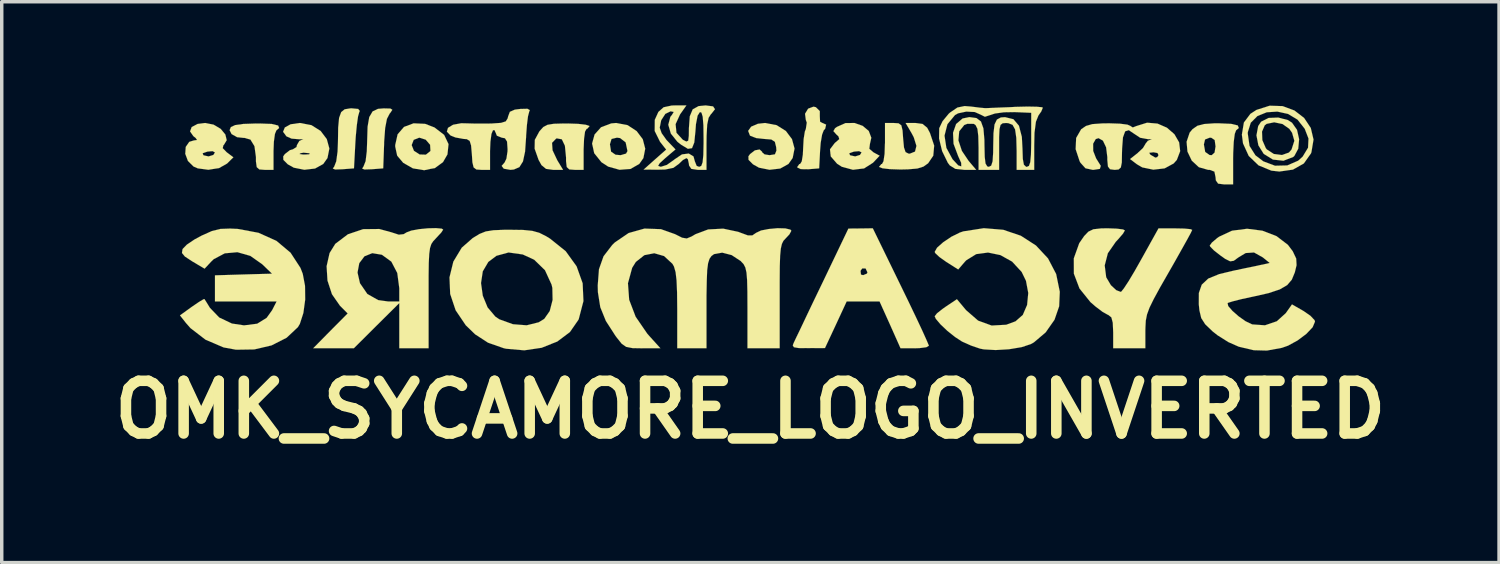
<source format=kicad_pcb>
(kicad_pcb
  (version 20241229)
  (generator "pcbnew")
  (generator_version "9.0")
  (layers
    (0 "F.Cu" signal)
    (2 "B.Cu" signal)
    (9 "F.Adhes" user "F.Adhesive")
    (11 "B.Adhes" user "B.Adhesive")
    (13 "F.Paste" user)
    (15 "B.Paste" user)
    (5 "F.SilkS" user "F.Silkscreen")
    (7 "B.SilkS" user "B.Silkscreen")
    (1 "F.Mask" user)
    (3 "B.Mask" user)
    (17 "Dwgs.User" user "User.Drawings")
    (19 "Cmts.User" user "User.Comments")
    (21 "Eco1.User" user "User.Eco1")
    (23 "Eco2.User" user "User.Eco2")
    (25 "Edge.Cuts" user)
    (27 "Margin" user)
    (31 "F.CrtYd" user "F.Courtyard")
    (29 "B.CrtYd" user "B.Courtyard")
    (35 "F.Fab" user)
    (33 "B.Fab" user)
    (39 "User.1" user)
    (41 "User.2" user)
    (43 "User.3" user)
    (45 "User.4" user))
  (footprint "OMK_SYCAMORE_LOGO_INVERTED"
    (layer "F.Cu")
    (at 18.665 3.811)
    (property "Reference" "OMK_SYCAMORE_LOGO_INVERTED" (at 0 4.994 0) (layer "F.SilkS") (effects (font (size 1.524 1.524) (thickness 0.305))))
    (attr through_hole)
    (fp_poly (pts (xy -11.303 -3.65) (xy -11.318 -3.619) (xy -11.354 -3.49) (xy -11.389 -3.239) (xy -11.42 -2.908) (xy -11.43 -2.751) (xy -11.471 -1.989) (xy -11.811 -1.963) (xy -12.017 -1.956) (xy -12.083 -1.984) (xy -12.042 -2.042) (xy -11.984 -2.192) (xy -11.946 -2.474) (xy -11.935 -2.746) (xy -11.928 -3.17) (xy -11.902 -3.449) (xy -11.841 -3.617) (xy -11.74 -3.698) (xy -11.582 -3.724) (xy -11.542 -3.726) (xy -11.349 -3.708) (xy -11.303 -3.65)) (stroke (width 0.003) (type solid)) (fill yes) (layer "F.SilkS"))
    (fp_poly (pts (xy -10.361 -3.683) (xy -10.422 -3.592) (xy -10.439 -3.574) (xy -10.518 -3.421) (xy -10.569 -3.155) (xy -10.599 -2.746) (xy -10.599 -2.705) (xy -10.625 -1.989) (xy -10.963 -1.963) (xy -11.171 -1.956) (xy -11.234 -1.984) (xy -11.196 -2.042) (xy -11.135 -2.195) (xy -11.1 -2.482) (xy -11.09 -2.774) (xy -11.077 -3.195) (xy -11.029 -3.472) (xy -10.932 -3.637) (xy -10.775 -3.711) (xy -10.61 -3.724) (xy -10.414 -3.719) (xy -10.361 -3.683)) (stroke (width 0.003) (type solid)) (fill yes) (layer "F.SilkS"))
    (fp_poly (pts (xy -13.637 -3.157) (xy -13.716 -3.089) (xy -13.759 -2.985) (xy -13.79 -2.758) (xy -13.8 -2.492) (xy -13.8 -1.946) (xy -14.054 -1.946) (xy -14.211 -1.958) (xy -14.285 -2.024) (xy -14.308 -2.189) (xy -14.308 -2.316) (xy -14.351 -2.631) (xy -14.468 -2.822) (xy -14.651 -2.873) (xy -14.661 -2.87) (xy -14.854 -2.891) (xy -15.014 -2.982) (xy -15.07 -3.094) (xy -15.034 -3.183) (xy -14.91 -3.241) (xy -14.674 -3.274) (xy -14.298 -3.287) (xy -14.201 -3.287) (xy -13.853 -3.274) (xy -13.665 -3.228) (xy -13.637 -3.157)) (stroke (width 0.003) (type solid)) (fill yes) (layer "F.SilkS"))
    (fp_poly (pts (xy -8.735 -2.69) (xy -8.766 -2.393) (xy -8.895 -2.169) (xy -9.131 -1.996) (xy -9.258 -1.974) (xy -9.258 -2.499) (xy -9.268 -2.672) (xy -9.395 -2.819) (xy -9.581 -2.878) (xy -9.743 -2.814) (xy -9.802 -2.662) (xy -9.736 -2.497) (xy -9.571 -2.39) (xy -9.39 -2.385) (xy -9.266 -2.484) (xy -9.258 -2.499) (xy -9.258 -1.974) (xy -9.439 -1.935) (xy -9.766 -1.989) (xy -10.046 -2.149) (xy -10.221 -2.357) (xy -10.277 -2.616) (xy -10.277 -2.667) (xy -10.208 -2.974) (xy -10.023 -3.188) (xy -9.746 -3.292) (xy -9.413 -3.277) (xy -9.141 -3.172) (xy -8.862 -2.957) (xy -8.735 -2.69)) (stroke (width 0.003) (type solid)) (fill yes) (layer "F.SilkS"))
    (fp_poly (pts (xy 2.192 -3.254) (xy 2.164 -3.134) (xy 2.121 -3.086) (xy 2.075 -2.964) (xy 2.035 -2.728) (xy 2.017 -2.497) (xy 1.991 -1.989) (xy 1.674 -1.963) (xy 1.46 -1.966) (xy 1.359 -2.014) (xy 1.356 -2.027) (xy 1.417 -2.113) (xy 1.44 -2.116) (xy 1.488 -2.192) (xy 1.519 -2.388) (xy 1.527 -2.56) (xy 1.542 -2.837) (xy 1.577 -3.056) (xy 1.605 -3.127) (xy 1.633 -3.312) (xy 1.605 -3.391) (xy 1.582 -3.569) (xy 1.671 -3.716) (xy 1.826 -3.774) (xy 1.895 -3.759) (xy 2.009 -3.647) (xy 2.009 -3.5) (xy 2.017 -3.338) (xy 2.085 -3.302) (xy 2.192 -3.254)) (stroke (width 0.003) (type solid)) (fill yes) (layer "F.SilkS"))
    (fp_poly (pts (xy -3.043 -2.558) (xy -3.096 -2.286) (xy -3.216 -2.116) (xy -3.472 -1.971) (xy -3.556 -1.966) (xy -3.556 -2.489) (xy -3.609 -2.741) (xy -3.769 -2.865) (xy -3.861 -2.878) (xy -4.018 -2.84) (xy -4.064 -2.69) (xy -4.064 -2.68) (xy -4.031 -2.471) (xy -3.901 -2.383) (xy -3.754 -2.37) (xy -3.597 -2.416) (xy -3.556 -2.489) (xy -3.556 -1.966) (xy -3.787 -1.948) (xy -4.115 -2.04) (xy -4.31 -2.167) (xy -4.519 -2.428) (xy -4.58 -2.708) (xy -4.508 -2.969) (xy -4.321 -3.178) (xy -4.028 -3.289) (xy -3.884 -3.302) (xy -3.553 -3.239) (xy -3.292 -3.068) (xy -3.114 -2.832) (xy -3.043 -2.558)) (stroke (width 0.003) (type solid)) (fill yes) (layer "F.SilkS"))
    (fp_poly (pts (xy 1.278 -2.563) (xy 1.224 -2.289) (xy 1.102 -2.116) (xy 0.864 -1.984) (xy 0.554 -1.948) (xy 0.249 -2.009) (xy 0.076 -2.106) (xy -0.053 -2.235) (xy -0.056 -2.337) (xy -0.008 -2.403) (xy 0.132 -2.51) (xy 0.267 -2.535) (xy 0.338 -2.471) (xy 0.34 -2.454) (xy 0.411 -2.393) (xy 0.556 -2.37) (xy 0.711 -2.395) (xy 0.754 -2.502) (xy 0.747 -2.603) (xy 0.709 -2.758) (xy 0.607 -2.824) (xy 0.404 -2.84) (xy 0.17 -2.865) (xy 0.003 -2.929) (xy -0.013 -2.941) (xy -0.064 -3.073) (xy 0.023 -3.195) (xy 0.218 -3.279) (xy 0.427 -3.302) (xy 0.759 -3.239) (xy 1.026 -3.071) (xy 1.204 -2.835) (xy 1.278 -2.563)) (stroke (width 0.003) (type solid)) (fill yes) (layer "F.SilkS"))
    (fp_poly (pts (xy 15.88 -2.832) (xy 15.855 -2.558) (xy 15.743 -2.349) (xy 15.743 -2.786) (xy 15.677 -3.018) (xy 15.596 -3.134) (xy 15.4 -3.272) (xy 15.159 -3.322) (xy 14.94 -3.277) (xy 14.884 -3.233) (xy 14.806 -3.051) (xy 14.816 -2.804) (xy 14.915 -2.576) (xy 14.945 -2.537) (xy 15.149 -2.405) (xy 15.385 -2.375) (xy 15.585 -2.446) (xy 15.662 -2.535) (xy 15.743 -2.786) (xy 15.743 -2.349) (xy 15.71 -2.319) (xy 15.428 -2.21) (xy 15.123 -2.243) (xy 14.856 -2.408) (xy 14.702 -2.654) (xy 14.646 -2.944) (xy 14.696 -3.213) (xy 14.78 -3.338) (xy 14.994 -3.447) (xy 15.276 -3.459) (xy 15.555 -3.386) (xy 15.674 -3.31) (xy 15.819 -3.104) (xy 15.88 -2.832)) (stroke (width 0.003) (type solid)) (fill yes) (layer "F.SilkS"))
    (fp_poly (pts (xy 3.741 -2.355) (xy 3.548 -2.151) (xy 3.289 -1.986) (xy 3.218 -1.979) (xy 3.218 -2.451) (xy 3.147 -2.487) (xy 2.997 -2.474) (xy 2.86 -2.426) (xy 2.885 -2.367) (xy 3.033 -2.334) (xy 3.172 -2.377) (xy 3.218 -2.451) (xy 3.218 -1.979) (xy 2.969 -1.948) (xy 2.647 -2.035) (xy 2.51 -2.123) (xy 2.327 -2.334) (xy 2.304 -2.54) (xy 2.443 -2.723) (xy 2.459 -2.736) (xy 2.573 -2.835) (xy 2.55 -2.913) (xy 2.492 -2.967) (xy 2.403 -3.066) (xy 2.451 -3.15) (xy 2.507 -3.19) (xy 2.753 -3.299) (xy 3.015 -3.302) (xy 3.251 -3.218) (xy 3.426 -3.071) (xy 3.5 -2.875) (xy 3.459 -2.692) (xy 3.442 -2.555) (xy 3.564 -2.451) (xy 3.741 -2.355)) (stroke (width 0.003) (type solid)) (fill yes) (layer "F.SilkS"))
    (fp_poly (pts (xy -14.961 -2.309) (xy -15.143 -2.129) (xy -15.377 -1.996) (xy -15.494 -1.979) (xy -15.494 -2.451) (xy -15.565 -2.487) (xy -15.712 -2.474) (xy -15.852 -2.426) (xy -15.827 -2.367) (xy -15.679 -2.334) (xy -15.54 -2.377) (xy -15.494 -2.451) (xy -15.494 -1.979) (xy -15.684 -1.948) (xy -15.992 -1.989) (xy -16.114 -2.042) (xy -16.276 -2.202) (xy -16.353 -2.408) (xy -16.34 -2.609) (xy -16.238 -2.756) (xy -16.104 -2.797) (xy -16.012 -2.809) (xy -16.053 -2.868) (xy -16.119 -2.921) (xy -16.215 -3.058) (xy -16.167 -3.185) (xy -15.997 -3.274) (xy -15.778 -3.302) (xy -15.535 -3.254) (xy -15.329 -3.132) (xy -15.194 -2.969) (xy -15.154 -2.804) (xy -15.237 -2.667) (xy -15.25 -2.659) (xy -15.27 -2.573) (xy -15.154 -2.454) (xy -14.961 -2.309)) (stroke (width 0.003) (type solid)) (fill yes) (layer "F.SilkS"))
    (fp_poly (pts (xy -4.656 -3.208) (xy -4.722 -3.134) (xy -4.74 -3.132) (xy -4.785 -3.053) (xy -4.813 -2.845) (xy -4.826 -2.54) (xy -4.826 -1.946) (xy -5.08 -1.946) (xy -5.24 -1.958) (xy -5.314 -2.027) (xy -5.334 -2.2) (xy -5.334 -2.306) (xy -5.367 -2.644) (xy -5.456 -2.83) (xy -5.601 -2.857) (xy -5.621 -2.85) (xy -5.74 -2.728) (xy -5.725 -2.512) (xy -5.588 -2.223) (xy -5.42 -1.946) (xy -5.707 -1.946) (xy -5.913 -1.974) (xy -6.045 -2.083) (xy -6.129 -2.235) (xy -6.243 -2.558) (xy -6.238 -2.814) (xy -6.106 -3.058) (xy -6.093 -3.073) (xy -5.992 -3.185) (xy -5.87 -3.249) (xy -5.687 -3.279) (xy -5.392 -3.287) (xy -5.291 -3.287) (xy -4.986 -3.277) (xy -4.763 -3.251) (xy -4.658 -3.216) (xy -4.656 -3.208)) (stroke (width 0.003) (type solid)) (fill yes) (layer "F.SilkS"))
    (fp_poly (pts (xy 5.319 -2.647) (xy 5.293 -2.355) (xy 5.144 -2.136) (xy 5.009 -2.04) (xy 4.831 -1.984) (xy 4.564 -1.961) (xy 4.341 -1.956) (xy 4.041 -1.966) (xy 3.823 -1.991) (xy 3.726 -2.029) (xy 3.726 -2.035) (xy 3.79 -2.113) (xy 3.81 -2.116) (xy 3.853 -2.195) (xy 3.884 -2.405) (xy 3.894 -2.708) (xy 3.896 -2.708) (xy 3.896 -3.302) (xy 4.145 -3.302) (xy 4.29 -3.292) (xy 4.369 -3.233) (xy 4.404 -3.084) (xy 4.42 -2.857) (xy 4.445 -2.593) (xy 4.491 -2.459) (xy 4.575 -2.416) (xy 4.613 -2.413) (xy 4.765 -2.474) (xy 4.806 -2.639) (xy 4.729 -2.888) (xy 4.666 -3.007) (xy 4.493 -3.302) (xy 4.778 -3.302) (xy 4.983 -3.274) (xy 5.116 -3.165) (xy 5.197 -3.012) (xy 5.319 -2.647)) (stroke (width 0.003) (type solid)) (fill yes) (layer "F.SilkS"))
    (fp_poly (pts (xy 14.135 -3.157) (xy 14.056 -3.089) (xy 14.018 -2.987) (xy 13.988 -2.756) (xy 13.973 -2.438) (xy 13.97 -2.281) (xy 13.97 -1.524) (xy 13.716 -1.524) (xy 13.536 -1.547) (xy 13.47 -1.643) (xy 13.462 -1.735) (xy 13.462 -2.624) (xy 13.437 -2.809) (xy 13.338 -2.875) (xy 13.294 -2.878) (xy 13.157 -2.824) (xy 13.124 -2.68) (xy 13.162 -2.464) (xy 13.287 -2.375) (xy 13.35 -2.37) (xy 13.434 -2.446) (xy 13.462 -2.624) (xy 13.462 -1.735) (xy 13.429 -1.895) (xy 13.292 -1.946) (xy 13.246 -1.946) (xy 12.979 -2.022) (xy 12.774 -2.212) (xy 12.649 -2.474) (xy 12.624 -2.758) (xy 12.713 -3.023) (xy 12.797 -3.124) (xy 12.936 -3.221) (xy 13.132 -3.272) (xy 13.426 -3.292) (xy 13.559 -3.292) (xy 13.912 -3.277) (xy 14.105 -3.231) (xy 14.135 -3.157)) (stroke (width 0.003) (type solid)) (fill yes) (layer "F.SilkS"))
    (fp_poly (pts (xy -12.184 -2.563) (xy -12.238 -2.289) (xy -12.36 -2.116) (xy -12.598 -1.984) (xy -12.753 -1.966) (xy -12.753 -2.423) (xy -12.761 -2.426) (xy -12.929 -2.443) (xy -13.015 -2.428) (xy -13.051 -2.403) (xy -12.939 -2.388) (xy -12.911 -2.388) (xy -12.766 -2.395) (xy -12.753 -2.423) (xy -12.753 -1.966) (xy -12.908 -1.948) (xy -13.213 -2.009) (xy -13.386 -2.106) (xy -13.515 -2.235) (xy -13.518 -2.337) (xy -13.47 -2.403) (xy -13.325 -2.515) (xy -13.238 -2.54) (xy -13.134 -2.606) (xy -13.122 -2.662) (xy -13.053 -2.781) (xy -12.974 -2.819) (xy -12.934 -2.837) (xy -13.043 -2.83) (xy -13.048 -2.83) (xy -13.279 -2.85) (xy -13.426 -2.916) (xy -13.523 -3.048) (xy -13.472 -3.172) (xy -13.305 -3.264) (xy -13.038 -3.302) (xy -13.035 -3.302) (xy -12.703 -3.239) (xy -12.436 -3.071) (xy -12.258 -2.835) (xy -12.184 -2.563)) (stroke (width 0.003) (type solid)) (fill yes) (layer "F.SilkS"))
    (fp_poly (pts (xy 16.297 -2.822) (xy 16.236 -2.456) (xy 16.223 -2.421) (xy 16.152 -2.322) (xy 16.152 -2.852) (xy 16.043 -3.134) (xy 15.834 -3.399) (xy 15.56 -3.564) (xy 15.25 -3.632) (xy 14.943 -3.612) (xy 14.674 -3.503) (xy 14.481 -3.31) (xy 14.394 -3.033) (xy 14.394 -2.995) (xy 14.445 -2.637) (xy 14.615 -2.367) (xy 14.844 -2.192) (xy 15.182 -2.065) (xy 15.537 -2.073) (xy 15.852 -2.21) (xy 15.982 -2.327) (xy 16.139 -2.586) (xy 16.152 -2.852) (xy 16.152 -2.322) (xy 16.017 -2.131) (xy 15.702 -1.953) (xy 15.309 -1.897) (xy 15.077 -1.923) (xy 14.707 -2.075) (xy 14.422 -2.349) (xy 14.257 -2.71) (xy 14.224 -2.964) (xy 14.282 -3.315) (xy 14.47 -3.566) (xy 14.646 -3.68) (xy 15.029 -3.802) (xy 15.403 -3.79) (xy 15.745 -3.663) (xy 16.025 -3.447) (xy 16.218 -3.157) (xy 16.297 -2.822)) (stroke (width 0.003) (type solid)) (fill yes) (layer "F.SilkS"))
    (fp_poly (pts (xy 5.166 3.145) (xy 5.09 3.188) (xy 4.895 3.213) (xy 4.755 3.218) (xy 4.346 3.218) (xy 4.044 2.54) (xy 3.739 1.864) (xy 3.388 1.864) (xy 3.388 1.021) (xy 3.335 0.909) (xy 3.236 0.909) (xy 3.188 0.975) (xy 3.2 1.085) (xy 3.264 1.102) (xy 3.373 1.057) (xy 3.388 1.021) (xy 3.388 1.864) (xy 3.261 1.864) (xy 2.786 1.864) (xy 2.474 2.537) (xy 2.159 3.211) (xy 1.669 3.213) (xy 1.397 3.211) (xy 1.26 3.188) (xy 1.227 3.134) (xy 1.25 3.071) (xy 1.306 2.951) (xy 1.425 2.705) (xy 1.59 2.357) (xy 1.793 1.93) (xy 2.022 1.455) (xy 2.078 1.339) (xy 2.837 -0.246) (xy 3.19 -0.249) (xy 3.543 -0.254) (xy 4.354 1.41) (xy 4.592 1.9) (xy 4.801 2.337) (xy 4.973 2.703) (xy 5.095 2.974) (xy 5.159 3.124) (xy 5.166 3.145)) (stroke (width 0.003) (type solid)) (fill yes) (layer "F.SilkS"))
    (fp_poly (pts (xy -4.831 1.852) (xy -4.966 2.37) (xy -4.976 2.393) (xy -5.222 2.748) (xy -5.588 3.023) (xy -5.723 3.076) (xy -5.723 1.819) (xy -5.73 1.471) (xy -5.753 1.374) (xy -5.944 0.958) (xy -6.256 0.655) (xy -6.586 0.503) (xy -6.998 0.445) (xy -7.348 0.541) (xy -7.584 0.719) (xy -7.744 0.991) (xy -7.795 1.331) (xy -7.744 1.697) (xy -7.605 2.035) (xy -7.381 2.301) (xy -7.264 2.38) (xy -6.871 2.522) (xy -6.474 2.553) (xy -6.124 2.466) (xy -5.964 2.367) (xy -5.806 2.141) (xy -5.723 1.819) (xy -5.723 3.076) (xy -6.04 3.203) (xy -6.543 3.277) (xy -7.066 3.231) (xy -7.135 3.216) (xy -7.592 3.056) (xy -7.965 2.814) (xy -8.235 2.553) (xy -8.529 2.118) (xy -8.687 1.646) (xy -8.707 1.166) (xy -8.595 0.709) (xy -8.352 0.307) (xy -8.034 0.028) (xy -7.838 -0.091) (xy -7.658 -0.163) (xy -7.437 -0.198) (xy -7.122 -0.211) (xy -6.942 -0.211) (xy -6.571 -0.206) (xy -6.312 -0.18) (xy -6.109 -0.124) (xy -5.908 -0.023) (xy -5.796 0.046) (xy -5.344 0.409) (xy -5.029 0.846) (xy -4.854 1.336) (xy -4.831 1.852)) (stroke (width 0.003) (type solid)) (fill yes) (layer "F.SilkS"))
    (fp_poly (pts (xy 8.954 1.582) (xy 8.936 2.002) (xy 8.801 2.393) (xy 8.545 2.758) (xy 8.207 3.045) (xy 8.118 3.096) (xy 7.849 3.185) (xy 7.485 3.246) (xy 7.097 3.269) (xy 6.754 3.249) (xy 6.647 3.228) (xy 6.386 3.139) (xy 6.126 3.023) (xy 5.923 2.891) (xy 5.7 2.713) (xy 5.499 2.522) (xy 5.367 2.365) (xy 5.334 2.291) (xy 5.4 2.207) (xy 5.563 2.078) (xy 5.657 2.012) (xy 5.977 1.798) (xy 6.243 2.116) (xy 6.591 2.418) (xy 6.982 2.56) (xy 7.404 2.537) (xy 7.673 2.438) (xy 7.884 2.253) (xy 8.009 1.963) (xy 8.042 1.618) (xy 7.976 1.265) (xy 7.851 1.008) (xy 7.574 0.709) (xy 7.236 0.521) (xy 6.878 0.447) (xy 6.535 0.493) (xy 6.248 0.671) (xy 6.205 0.716) (xy 6.015 0.937) (xy 5.674 0.721) (xy 5.474 0.579) (xy 5.352 0.465) (xy 5.334 0.429) (xy 5.403 0.307) (xy 5.58 0.15) (xy 5.814 -0.008) (xy 6.06 -0.13) (xy 6.162 -0.165) (xy 6.756 -0.257) (xy 7.318 -0.211) (xy 7.828 -0.038) (xy 8.265 0.244) (xy 8.613 0.617) (xy 8.849 1.069) (xy 8.954 1.582)) (stroke (width 0.003) (type solid)) (fill yes) (layer "F.SilkS"))
    (fp_poly (pts (xy 12.786 -0.208) (xy 12.746 -0.122) (xy 12.634 0.084) (xy 12.466 0.384) (xy 12.258 0.754) (xy 12.108 1.016) (xy 11.852 1.463) (xy 11.671 1.796) (xy 11.549 2.045) (xy 11.478 2.24) (xy 11.443 2.416) (xy 11.433 2.601) (xy 11.43 2.705) (xy 11.43 3.218) (xy 10.965 3.218) (xy 10.5 3.218) (xy 10.5 2.758) (xy 10.488 2.479) (xy 10.447 2.324) (xy 10.358 2.253) (xy 10.343 2.248) (xy 10.193 2.164) (xy 9.982 2.004) (xy 9.842 1.882) (xy 9.525 1.488) (xy 9.362 1.059) (xy 9.36 0.615) (xy 9.517 0.178) (xy 9.66 -0.03) (xy 9.782 -0.157) (xy 9.926 -0.226) (xy 10.15 -0.251) (xy 10.335 -0.254) (xy 10.602 -0.244) (xy 10.785 -0.221) (xy 10.838 -0.193) (xy 10.785 -0.102) (xy 10.648 0.058) (xy 10.574 0.137) (xy 10.345 0.467) (xy 10.254 0.82) (xy 10.297 1.163) (xy 10.434 1.394) (xy 10.589 1.537) (xy 10.714 1.585) (xy 10.732 1.58) (xy 10.808 1.486) (xy 10.945 1.278) (xy 11.123 0.98) (xy 11.318 0.635) (xy 11.811 -0.251) (xy 12.299 -0.251) (xy 12.56 -0.246) (xy 12.736 -0.229) (xy 12.786 -0.208)) (stroke (width 0.003) (type solid)) (fill yes) (layer "F.SilkS"))
    (fp_poly (pts (xy -6.383 -3.675) (xy -6.401 -3.627) (xy -6.436 -3.493) (xy -6.467 -3.241) (xy -6.49 -2.926) (xy -6.49 -2.901) (xy -6.52 -2.474) (xy -6.581 -2.189) (xy -6.685 -2.024) (xy -6.843 -1.956) (xy -6.944 -1.946) (xy -7.135 -1.979) (xy -7.198 -2.06) (xy -7.112 -2.159) (xy -7.059 -2.271) (xy -7.028 -2.479) (xy -7.026 -2.545) (xy -7.041 -2.764) (xy -7.102 -2.86) (xy -7.196 -2.878) (xy -7.336 -2.934) (xy -7.366 -3.01) (xy -7.407 -3.099) (xy -7.45 -3.089) (xy -7.493 -2.985) (xy -7.523 -2.758) (xy -7.534 -2.492) (xy -7.534 -1.946) (xy -7.785 -1.946) (xy -7.93 -1.956) (xy -8.009 -2.017) (xy -8.044 -2.164) (xy -8.059 -2.39) (xy -8.082 -2.652) (xy -8.123 -2.784) (xy -8.209 -2.835) (xy -8.296 -2.84) (xy -8.534 -2.883) (xy -8.674 -2.939) (xy -8.783 -3.051) (xy -8.75 -3.162) (xy -8.603 -3.251) (xy -8.369 -3.294) (xy -8.26 -3.292) (xy -7.96 -3.284) (xy -7.607 -3.284) (xy -7.478 -3.287) (xy -7.216 -3.305) (xy -7.079 -3.348) (xy -7.023 -3.437) (xy -7.01 -3.493) (xy -6.96 -3.625) (xy -6.817 -3.688) (xy -6.657 -3.708) (xy -6.452 -3.713) (xy -6.383 -3.675)) (stroke (width 0.003) (type solid)) (fill yes) (layer "F.SilkS"))
    (fp_poly (pts (xy -8.89 -0.216) (xy -8.943 -0.135) (xy -9.075 0.008) (xy -9.101 0.036) (xy -9.177 0.117) (xy -9.233 0.201) (xy -9.271 0.318) (xy -9.294 0.49) (xy -9.307 0.747) (xy -9.312 1.118) (xy -9.312 1.623) (xy -9.312 1.732) (xy -9.312 3.218) (xy -9.736 3.218) (xy -10.16 3.218) (xy -10.16 2.563) (xy -10.16 1.91) (xy -10.16 1.864) (xy -10.16 1.478) (xy -10.218 1.039) (xy -10.389 0.711) (xy -10.663 0.511) (xy -10.942 0.465) (xy -11.168 0.556) (xy -11.318 0.754) (xy -11.369 1.026) (xy -11.298 1.336) (xy -11.085 1.646) (xy -10.77 1.824) (xy -10.48 1.864) (xy -10.16 1.864) (xy -10.16 1.91) (xy -10.818 2.563) (xy -11.476 3.218) (xy -12.065 3.218) (xy -12.652 3.218) (xy -12.154 2.713) (xy -11.654 2.21) (xy -11.877 1.986) (xy -12.108 1.654) (xy -12.238 1.257) (xy -12.263 0.843) (xy -12.177 0.462) (xy -12.012 0.196) (xy -11.646 -0.081) (xy -11.206 -0.229) (xy -10.739 -0.234) (xy -10.384 -0.137) (xy -10.175 -0.069) (xy -10.036 -0.084) (xy -9.947 -0.137) (xy -9.812 -0.188) (xy -9.588 -0.229) (xy -9.332 -0.254) (xy -9.096 -0.259) (xy -8.931 -0.244) (xy -8.89 -0.216)) (stroke (width 0.003) (type solid)) (fill yes) (layer "F.SilkS"))
    (fp_poly (pts (xy -12.883 1.808) (xy -12.936 2.197) (xy -13.038 2.512) (xy -13.094 2.606) (xy -13.421 2.913) (xy -13.856 3.134) (xy -14.356 3.251) (xy -14.884 3.259) (xy -15.245 3.193) (xy -15.768 2.969) (xy -16.203 2.634) (xy -16.335 2.484) (xy -16.507 2.266) (xy -16.162 2.017) (xy -15.961 1.88) (xy -15.829 1.801) (xy -15.799 1.793) (xy -15.745 1.877) (xy -15.644 2.042) (xy -15.636 2.052) (xy -15.372 2.327) (xy -15.004 2.502) (xy -14.653 2.555) (xy -14.272 2.507) (xy -13.998 2.337) (xy -13.84 2.116) (xy -13.711 1.864) (xy -14.602 1.864) (xy -15.494 1.864) (xy -15.494 1.486) (xy -15.494 1.107) (xy -14.668 1.082) (xy -13.843 1.059) (xy -14.125 0.787) (xy -14.47 0.544) (xy -14.844 0.437) (xy -15.21 0.47) (xy -15.532 0.64) (xy -15.608 0.714) (xy -15.794 0.914) (xy -16.149 0.704) (xy -16.363 0.564) (xy -16.449 0.46) (xy -16.434 0.356) (xy -16.424 0.338) (xy -16.307 0.218) (xy -16.086 0.069) (xy -15.872 -0.046) (xy -15.583 -0.175) (xy -15.337 -0.236) (xy -15.057 -0.246) (xy -14.834 -0.236) (xy -14.234 -0.124) (xy -13.716 0.109) (xy -13.307 0.452) (xy -13.02 0.892) (xy -12.954 1.062) (xy -12.888 1.41) (xy -12.883 1.808)) (stroke (width 0.003) (type solid)) (fill yes) (layer "F.SilkS"))
    (fp_poly (pts (xy 16.34 2.446) (xy 16.271 2.609) (xy 16.088 2.802) (xy 15.837 2.99) (xy 15.56 3.142) (xy 15.38 3.205) (xy 14.948 3.284) (xy 14.567 3.274) (xy 14.135 3.172) (xy 14.13 3.17) (xy 13.835 3.04) (xy 13.52 2.842) (xy 13.376 2.728) (xy 13.162 2.522) (xy 13.048 2.344) (xy 12.995 2.121) (xy 12.977 1.943) (xy 12.979 1.618) (xy 13.063 1.377) (xy 13.251 1.201) (xy 13.566 1.072) (xy 13.978 0.973) (xy 14.315 0.902) (xy 14.613 0.841) (xy 14.808 0.798) (xy 14.818 0.798) (xy 15.029 0.749) (xy 14.829 0.587) (xy 14.575 0.445) (xy 14.333 0.462) (xy 14.122 0.589) (xy 13.988 0.686) (xy 13.884 0.701) (xy 13.744 0.632) (xy 13.604 0.533) (xy 13.416 0.386) (xy 13.307 0.274) (xy 13.294 0.246) (xy 13.355 0.16) (xy 13.51 0.028) (xy 13.564 -0.01) (xy 13.94 -0.185) (xy 14.374 -0.241) (xy 14.816 -0.185) (xy 15.225 -0.028) (xy 15.555 0.224) (xy 15.695 0.409) (xy 15.796 0.622) (xy 15.806 0.813) (xy 15.756 1.021) (xy 15.669 1.232) (xy 15.535 1.389) (xy 15.321 1.514) (xy 14.999 1.621) (xy 14.539 1.725) (xy 14.526 1.727) (xy 14.209 1.796) (xy 13.96 1.859) (xy 13.823 1.902) (xy 13.81 1.91) (xy 13.828 1.996) (xy 13.95 2.136) (xy 14.13 2.294) (xy 14.331 2.436) (xy 14.511 2.522) (xy 14.524 2.527) (xy 14.892 2.553) (xy 15.235 2.436) (xy 15.494 2.202) (xy 15.674 1.948) (xy 16.007 2.139) (xy 16.208 2.278) (xy 16.327 2.405) (xy 16.34 2.446)) (stroke (width 0.003) (type solid)) (fill yes) (layer "F.SilkS"))
    (fp_poly (pts (xy 12.438 -2.487) (xy 12.342 -2.235) (xy 12.25 -2.131) (xy 11.989 -1.989) (xy 11.811 -1.968) (xy 11.811 -2.37) (xy 11.783 -2.433) (xy 11.669 -2.454) (xy 11.542 -2.441) (xy 11.57 -2.39) (xy 11.6 -2.37) (xy 11.72 -2.299) (xy 11.775 -2.314) (xy 11.811 -2.37) (xy 11.811 -1.968) (xy 11.661 -1.951) (xy 11.341 -2.017) (xy 11.189 -2.106) (xy 10.988 -2.258) (xy 11.209 -2.433) (xy 11.361 -2.576) (xy 11.43 -2.69) (xy 11.43 -2.695) (xy 11.501 -2.786) (xy 11.58 -2.819) (xy 11.62 -2.837) (xy 11.516 -2.832) (xy 11.28 -2.875) (xy 11.107 -2.99) (xy 10.952 -3.094) (xy 10.846 -3.061) (xy 10.782 -2.885) (xy 10.757 -2.553) (xy 10.754 -2.433) (xy 10.749 -2.159) (xy 10.721 -2.014) (xy 10.655 -1.956) (xy 10.541 -1.946) (xy 10.409 -1.963) (xy 10.348 -2.042) (xy 10.33 -2.233) (xy 10.33 -2.316) (xy 10.295 -2.598) (xy 10.203 -2.791) (xy 10.076 -2.863) (xy 9.995 -2.837) (xy 9.919 -2.703) (xy 9.921 -2.492) (xy 10.005 -2.278) (xy 10.03 -2.238) (xy 10.14 -2.062) (xy 10.114 -1.974) (xy 9.942 -1.948) (xy 9.909 -1.946) (xy 9.698 -1.991) (xy 9.553 -2.151) (xy 9.528 -2.197) (xy 9.413 -2.545) (xy 9.428 -2.868) (xy 9.571 -3.117) (xy 9.578 -3.124) (xy 9.713 -3.216) (xy 9.896 -3.269) (xy 10.175 -3.289) (xy 10.384 -3.292) (xy 10.691 -3.282) (xy 10.912 -3.254) (xy 11.006 -3.213) (xy 11.008 -3.208) (xy 11.067 -3.172) (xy 11.171 -3.213) (xy 11.481 -3.31) (xy 11.783 -3.284) (xy 12.055 -3.165) (xy 12.271 -2.977) (xy 12.408 -2.741) (xy 12.438 -2.487)) (stroke (width 0.003) (type solid)) (fill yes) (layer "F.SilkS"))
    (fp_poly (pts (xy 1.186 -0.183) (xy 1.13 -0.079) (xy 1.016 0.043) (xy 0.955 0.109) (xy 0.912 0.198) (xy 0.881 0.333) (xy 0.861 0.544) (xy 0.851 0.853) (xy 0.848 1.285) (xy 0.848 1.707) (xy 0.848 3.218) (xy 0.381 3.218) (xy -0.084 3.218) (xy -0.084 2.047) (xy -0.086 1.577) (xy -0.094 1.247) (xy -0.112 1.026) (xy -0.145 0.881) (xy -0.196 0.782) (xy -0.272 0.701) (xy -0.279 0.693) (xy -0.541 0.521) (xy -0.815 0.45) (xy -1.052 0.493) (xy -1.128 0.549) (xy -1.184 0.63) (xy -1.224 0.757) (xy -1.25 0.958) (xy -1.262 1.262) (xy -1.27 1.694) (xy -1.27 1.953) (xy -1.27 3.218) (xy -1.692 3.218) (xy -2.116 3.218) (xy -2.116 2.093) (xy -2.121 1.603) (xy -2.136 1.252) (xy -2.164 1.013) (xy -2.21 0.853) (xy -2.253 0.775) (xy -2.497 0.549) (xy -2.781 0.467) (xy -3.068 0.523) (xy -3.315 0.719) (xy -3.421 0.889) (xy -3.543 1.336) (xy -3.508 1.814) (xy -3.32 2.306) (xy -2.985 2.794) (xy -2.918 2.87) (xy -2.603 3.218) (xy -3.122 3.218) (xy -3.411 3.213) (xy -3.592 3.178) (xy -3.724 3.086) (xy -3.866 2.908) (xy -3.904 2.857) (xy -4.181 2.428) (xy -4.343 2.029) (xy -4.412 1.595) (xy -4.417 1.4) (xy -4.381 0.93) (xy -4.249 0.556) (xy -3.998 0.229) (xy -3.922 0.155) (xy -3.523 -0.117) (xy -3.063 -0.246) (xy -2.588 -0.229) (xy -2.179 -0.084) (xy -1.976 0.018) (xy -1.841 0.041) (xy -1.699 -0.018) (xy -1.587 -0.084) (xy -1.222 -0.221) (xy -0.787 -0.244) (xy -0.353 -0.152) (xy -0.279 -0.124) (xy -0.071 -0.048) (xy 0.056 -0.048) (xy 0.168 -0.124) (xy 0.31 -0.191) (xy 0.533 -0.234) (xy 0.785 -0.257) (xy 1.011 -0.251) (xy 1.158 -0.216) (xy 1.186 -0.183)) (stroke (width 0.003) (type solid)) (fill yes) (layer "F.SilkS"))
    (fp_poly (pts (xy -1.024 -3.701) (xy -1.13 -3.566) (xy -1.143 -3.556) (xy -1.209 -3.452) (xy -1.25 -3.254) (xy -1.267 -2.934) (xy -1.27 -2.697) (xy -1.27 -1.946) (xy -1.354 -1.946) (xy -1.354 -2.715) (xy -1.354 -2.842) (xy -1.359 -3.236) (xy -1.379 -3.482) (xy -1.415 -3.602) (xy -1.46 -3.619) (xy -1.527 -3.515) (xy -1.575 -3.269) (xy -1.59 -3.063) (xy -1.623 -2.738) (xy -1.689 -2.573) (xy -1.808 -2.555) (xy -2.002 -2.672) (xy -2.111 -2.758) (xy -2.301 -2.995) (xy -2.375 -3.251) (xy -2.316 -3.477) (xy -2.268 -3.538) (xy -2.217 -3.622) (xy -2.309 -3.64) (xy -2.461 -3.566) (xy -2.581 -3.381) (xy -2.624 -3.165) (xy -2.568 -3.007) (xy -2.431 -2.814) (xy -2.395 -2.776) (xy -2.167 -2.537) (xy -2.459 -2.289) (xy -2.626 -2.136) (xy -2.67 -2.06) (xy -2.598 -2.035) (xy -2.586 -2.035) (xy -2.418 -2.088) (xy -2.223 -2.225) (xy -2.192 -2.25) (xy -1.979 -2.393) (xy -1.783 -2.418) (xy -1.646 -2.334) (xy -1.608 -2.195) (xy -1.554 -2.06) (xy -1.481 -2.032) (xy -1.42 -2.06) (xy -1.382 -2.164) (xy -1.361 -2.375) (xy -1.354 -2.715) (xy -1.354 -1.946) (xy -1.524 -1.946) (xy -1.709 -1.974) (xy -1.775 -2.073) (xy -1.778 -2.116) (xy -1.808 -2.253) (xy -1.849 -2.286) (xy -1.953 -2.23) (xy -2.073 -2.116) (xy -2.228 -2.004) (xy -2.461 -1.956) (xy -2.659 -1.951) (xy -3.089 -1.953) (xy -2.764 -2.243) (xy -2.436 -2.532) (xy -2.614 -2.758) (xy -2.769 -3.071) (xy -2.766 -3.393) (xy -2.662 -3.622) (xy -2.51 -3.757) (xy -2.276 -3.807) (xy -2.189 -3.81) (xy -1.852 -3.81) (xy -2.035 -3.551) (xy -2.164 -3.269) (xy -2.139 -3.018) (xy -1.958 -2.819) (xy -1.951 -2.814) (xy -1.852 -2.764) (xy -1.798 -2.791) (xy -1.781 -2.931) (xy -1.778 -3.157) (xy -1.753 -3.495) (xy -1.669 -3.696) (xy -1.499 -3.79) (xy -1.295 -3.81) (xy -1.079 -3.782) (xy -1.024 -3.701)) (stroke (width 0.003) (type solid)) (fill yes) (layer "F.SilkS"))
    (fp_poly (pts (xy 8.463 -3.744) (xy 8.418 -3.635) (xy 8.336 -3.518) (xy 8.263 -3.338) (xy 8.222 -3.02) (xy 8.214 -2.649) (xy 8.214 -1.946) (xy 8.128 -1.946) (xy 8.128 -2.728) (xy 8.128 -2.814) (xy 8.128 -3.597) (xy 7.64 -3.617) (xy 7.338 -3.612) (xy 7.076 -3.576) (xy 6.962 -3.538) (xy 6.787 -3.482) (xy 6.67 -3.541) (xy 6.495 -3.619) (xy 6.248 -3.632) (xy 6.01 -3.581) (xy 5.921 -3.531) (xy 5.702 -3.266) (xy 5.618 -2.936) (xy 5.672 -2.581) (xy 5.85 -2.253) (xy 6.015 -2.075) (xy 6.104 -2.045) (xy 6.101 -2.149) (xy 6.012 -2.347) (xy 5.88 -2.7) (xy 5.865 -3.018) (xy 5.954 -3.272) (xy 6.142 -3.432) (xy 6.337 -3.472) (xy 6.543 -3.444) (xy 6.673 -3.345) (xy 6.744 -3.145) (xy 6.772 -2.817) (xy 6.774 -2.649) (xy 6.782 -2.319) (xy 6.805 -2.129) (xy 6.855 -2.045) (xy 6.901 -2.032) (xy 6.97 -2.068) (xy 7.01 -2.192) (xy 7.026 -2.441) (xy 7.028 -2.616) (xy 7.036 -3.007) (xy 7.066 -3.259) (xy 7.135 -3.401) (xy 7.249 -3.462) (xy 7.371 -3.47) (xy 7.612 -3.411) (xy 7.772 -3.223) (xy 7.856 -2.901) (xy 7.874 -2.563) (xy 7.884 -2.261) (xy 7.915 -2.095) (xy 7.978 -2.035) (xy 8.001 -2.032) (xy 8.062 -2.06) (xy 8.1 -2.167) (xy 8.12 -2.38) (xy 8.128 -2.728) (xy 8.128 -1.946) (xy 7.96 -1.946) (xy 7.706 -1.946) (xy 7.706 -2.489) (xy 7.696 -2.873) (xy 7.661 -3.117) (xy 7.587 -3.249) (xy 7.465 -3.297) (xy 7.399 -3.302) (xy 7.3 -3.294) (xy 7.239 -3.246) (xy 7.209 -3.124) (xy 7.198 -2.893) (xy 7.198 -2.624) (xy 7.198 -1.946) (xy 6.901 -1.946) (xy 6.604 -1.946) (xy 6.604 -2.586) (xy 6.596 -2.926) (xy 6.571 -3.134) (xy 6.518 -3.241) (xy 6.467 -3.277) (xy 6.281 -3.279) (xy 6.19 -3.244) (xy 6.043 -3.061) (xy 6.02 -2.799) (xy 6.121 -2.494) (xy 6.314 -2.207) (xy 6.535 -1.946) (xy 6.19 -1.946) (xy 5.933 -1.974) (xy 5.773 -2.073) (xy 5.715 -2.149) (xy 5.55 -2.487) (xy 5.461 -2.852) (xy 5.466 -3.152) (xy 5.563 -3.355) (xy 5.74 -3.569) (xy 5.779 -3.604) (xy 5.992 -3.749) (xy 6.2 -3.792) (xy 6.388 -3.777) (xy 6.624 -3.747) (xy 6.792 -3.731) (xy 6.817 -3.731) (xy 6.934 -3.736) (xy 7.178 -3.747) (xy 7.506 -3.759) (xy 7.684 -3.769) (xy 8.024 -3.777) (xy 8.288 -3.772) (xy 8.44 -3.757) (xy 8.463 -3.744)) (stroke (width 0.003) (type solid)) (fill yes) (layer "F.SilkS")))
  (gr_rect
    (start -3 -3)
    (end 40.331 13.231)
    (stroke (width 0.1) (type default))
    (fill no)
    (layer "Edge.Cuts")))
</source>
